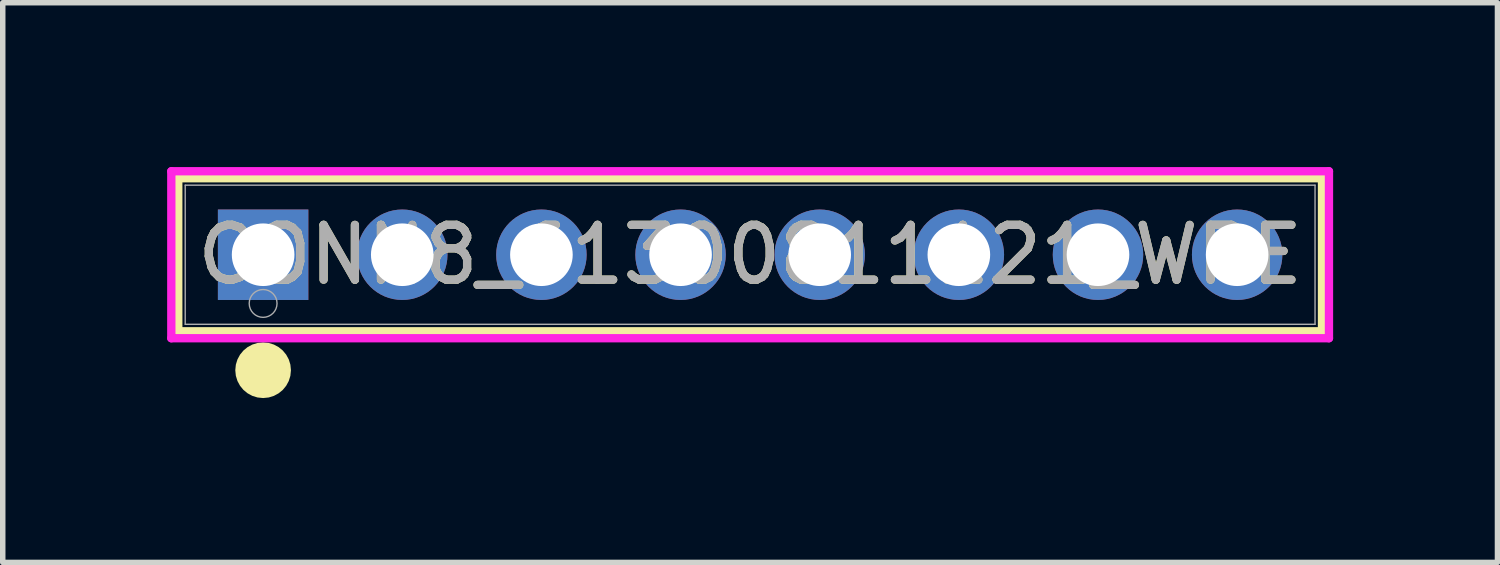
<source format=kicad_pcb>
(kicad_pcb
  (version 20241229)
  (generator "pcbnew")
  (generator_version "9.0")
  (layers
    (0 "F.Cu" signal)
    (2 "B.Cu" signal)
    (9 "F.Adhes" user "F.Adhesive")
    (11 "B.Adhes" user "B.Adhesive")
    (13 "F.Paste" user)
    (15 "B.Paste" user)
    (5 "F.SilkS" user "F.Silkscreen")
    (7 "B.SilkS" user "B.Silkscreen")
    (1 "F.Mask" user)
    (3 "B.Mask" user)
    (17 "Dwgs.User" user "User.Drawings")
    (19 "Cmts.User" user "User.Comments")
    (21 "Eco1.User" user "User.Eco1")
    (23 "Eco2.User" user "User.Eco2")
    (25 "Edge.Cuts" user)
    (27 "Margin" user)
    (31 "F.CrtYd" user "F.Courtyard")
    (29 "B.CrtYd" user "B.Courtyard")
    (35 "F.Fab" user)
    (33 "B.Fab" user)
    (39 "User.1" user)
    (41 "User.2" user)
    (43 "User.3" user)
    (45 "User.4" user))
  (footprint "CONN8_61300811121_WRE"
    (layer "F.Cu")
    (at 1.753 1.6)
    (property "Reference" "CONN8_61300811121_WRE" (at 8.89 0 0) (unlocked yes) (layer "F.SilkS") (effects (font (size 1 1) (thickness 0.15))))
    (attr through_hole)
    (fp_line (start -1.549 -1.397) (end -1.549 1.397) (stroke (width 0.152) (type solid)) (layer "F.SilkS"))
    (fp_line (start -1.549 1.397) (end 19.329 1.397) (stroke (width 0.152) (type solid)) (layer "F.SilkS"))
    (fp_line (start 19.329 -1.397) (end -1.549 -1.397) (stroke (width 0.152) (type solid)) (layer "F.SilkS"))
    (fp_line (start 19.329 1.397) (end 19.329 -1.397) (stroke (width 0.152) (type solid)) (layer "F.SilkS"))
    (fp_circle (center 0 2.108) (end 0.254 2.108) (stroke (width 0.508) (type solid)) (fill no) (layer "F.SilkS"))
    (fp_line (start -1.676 -1.524) (end -1.676 1.524) (stroke (width 0.152) (type solid)) (layer "F.CrtYd"))
    (fp_line (start -1.676 1.524) (end 19.456 1.524) (stroke (width 0.152) (type solid)) (layer "F.CrtYd"))
    (fp_line (start 19.456 -1.524) (end -1.676 -1.524) (stroke (width 0.152) (type solid)) (layer "F.CrtYd"))
    (fp_line (start 19.456 1.524) (end 19.456 -1.524) (stroke (width 0.152) (type solid)) (layer "F.CrtYd"))
    (fp_line (start -1.422 -1.27) (end -1.422 1.27) (stroke (width 0.025) (type solid)) (layer "F.Fab"))
    (fp_line (start -1.422 1.27) (end 19.202 1.27) (stroke (width 0.025) (type solid)) (layer "F.Fab"))
    (fp_line (start 19.202 -1.27) (end -1.422 -1.27) (stroke (width 0.025) (type solid)) (layer "F.Fab"))
    (fp_line (start 19.202 1.27) (end 19.202 -1.27) (stroke (width 0.025) (type solid)) (layer "F.Fab"))
    (fp_circle (center 0 0.889) (end 0.254 0.889) (stroke (width 0.025) (type solid)) (fill no) (layer "F.Fab"))
    (fp_text user "${REFERENCE}" (at 8.89 0 0) (unlocked yes) (layer "F.Fab") (effects (font (size 1 1) (thickness 0.15))))
    (pad "1" thru_hole rect (at 0 0) (size 1.651 1.651) (drill 1.143) (layers "*.Cu" "*.Mask"))
    (pad "2" thru_hole circle (at 2.54 0) (size 1.651 1.651) (drill 1.143) (layers "*.Cu" "*.Mask"))
    (pad "3" thru_hole circle (at 5.08 0) (size 1.651 1.651) (drill 1.143) (layers "*.Cu" "*.Mask"))
    (pad "4" thru_hole circle (at 7.62 0) (size 1.651 1.651) (drill 1.143) (layers "*.Cu" "*.Mask"))
    (pad "5" thru_hole circle (at 10.16 0) (size 1.651 1.651) (drill 1.143) (layers "*.Cu" "*.Mask"))
    (pad "6" thru_hole circle (at 12.7 0) (size 1.651 1.651) (drill 1.143) (layers "*.Cu" "*.Mask"))
    (pad "7" thru_hole circle (at 15.24 0) (size 1.651 1.651) (drill 1.143) (layers "*.Cu" "*.Mask"))
    (pad "8" thru_hole circle (at 17.78 0) (size 1.651 1.651) (drill 1.143) (layers "*.Cu" "*.Mask")))
  (gr_rect
    (start -3 -3)
    (end 24.285 7.216)
    (stroke (width 0.1) (type default))
    (fill no)
    (layer "Edge.Cuts")))
</source>
